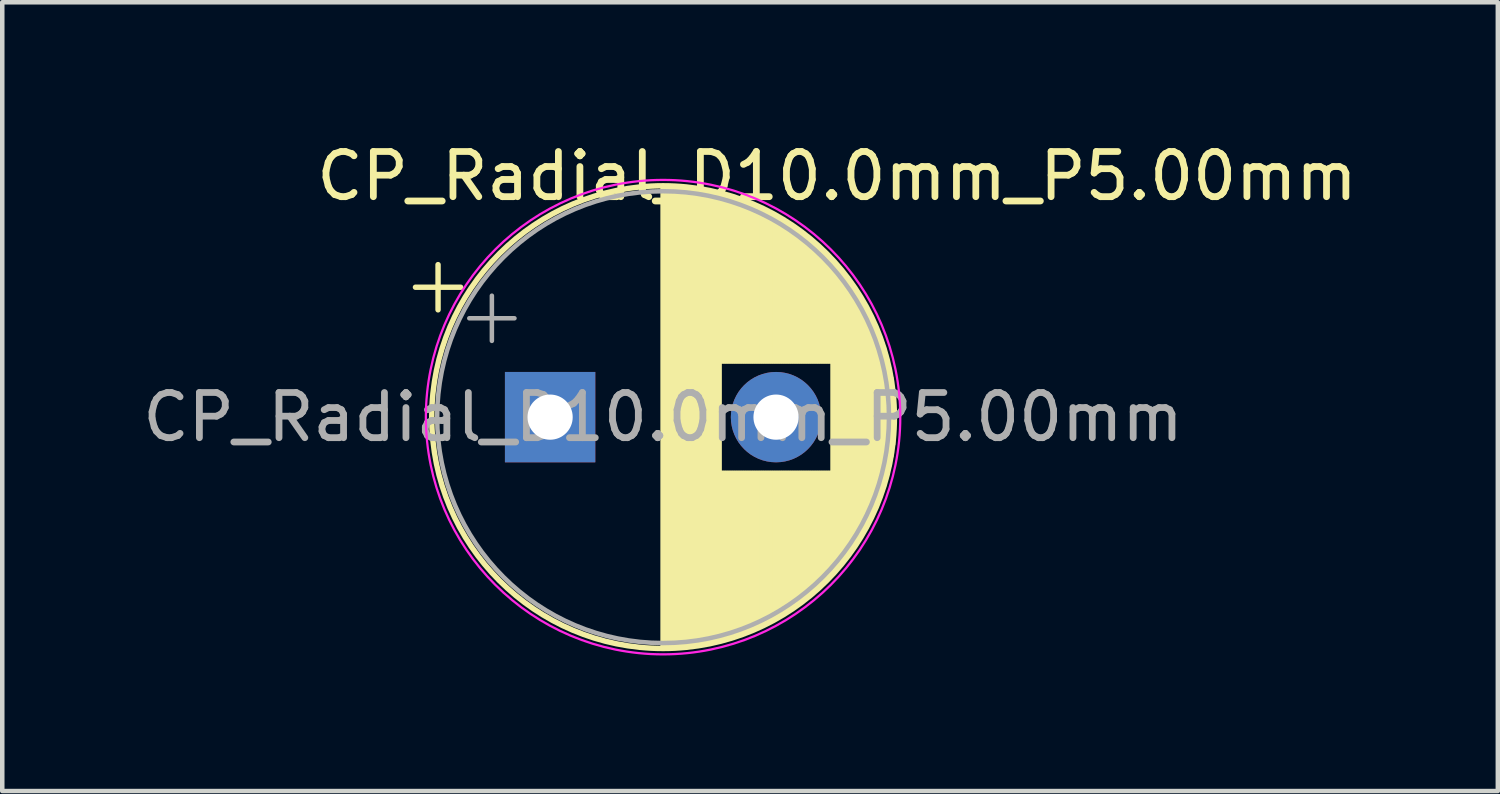
<source format=kicad_pcb>
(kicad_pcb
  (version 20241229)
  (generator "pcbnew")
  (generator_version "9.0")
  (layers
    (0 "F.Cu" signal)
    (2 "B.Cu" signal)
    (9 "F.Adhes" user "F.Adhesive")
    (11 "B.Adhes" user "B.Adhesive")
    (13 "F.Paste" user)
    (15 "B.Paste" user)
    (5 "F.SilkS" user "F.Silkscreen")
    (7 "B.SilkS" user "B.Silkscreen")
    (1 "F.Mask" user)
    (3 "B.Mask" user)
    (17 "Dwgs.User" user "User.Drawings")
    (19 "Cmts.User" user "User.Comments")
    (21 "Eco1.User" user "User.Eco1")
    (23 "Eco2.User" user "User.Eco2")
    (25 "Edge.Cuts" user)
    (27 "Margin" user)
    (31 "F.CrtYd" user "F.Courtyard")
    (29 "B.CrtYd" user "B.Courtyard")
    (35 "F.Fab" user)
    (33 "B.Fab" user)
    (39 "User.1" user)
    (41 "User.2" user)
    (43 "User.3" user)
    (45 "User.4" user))
  (footprint "CP_Radial_D10.0mm_P5.00mm"
    (layer "F.Cu")
    (at 9.125 6.182)
    (property "Reference" "CP_Radial_D10.0mm_P5.00mm" (at 6.35 -5.334 0) (layer "F.SilkS") (effects (font (size 1 1) (thickness 0.15))))
    (attr through_hole)
    (fp_line (start -2.98 -2.875) (end -1.98 -2.875) (stroke (width 0.12) (type solid)) (layer "F.SilkS"))
    (fp_line (start -2.48 -3.375) (end -2.48 -2.375) (stroke (width 0.12) (type solid)) (layer "F.SilkS"))
    (fp_line (start 2.5 -5.08) (end 2.5 5.08) (stroke (width 0.12) (type solid)) (layer "F.SilkS"))
    (fp_line (start 2.54 -5.08) (end 2.54 5.08) (stroke (width 0.12) (type solid)) (layer "F.SilkS"))
    (fp_line (start 2.58 -5.08) (end 2.58 5.08) (stroke (width 0.12) (type solid)) (layer "F.SilkS"))
    (fp_line (start 2.62 -5.079) (end 2.62 5.079) (stroke (width 0.12) (type solid)) (layer "F.SilkS"))
    (fp_line (start 2.66 -5.078) (end 2.66 5.078) (stroke (width 0.12) (type solid)) (layer "F.SilkS"))
    (fp_line (start 2.7 -5.077) (end 2.7 5.077) (stroke (width 0.12) (type solid)) (layer "F.SilkS"))
    (fp_line (start 2.74 -5.075) (end 2.74 5.075) (stroke (width 0.12) (type solid)) (layer "F.SilkS"))
    (fp_line (start 2.78 -5.073) (end 2.78 5.073) (stroke (width 0.12) (type solid)) (layer "F.SilkS"))
    (fp_line (start 2.82 -5.07) (end 2.82 5.07) (stroke (width 0.12) (type solid)) (layer "F.SilkS"))
    (fp_line (start 2.86 -5.068) (end 2.86 5.068) (stroke (width 0.12) (type solid)) (layer "F.SilkS"))
    (fp_line (start 2.9 -5.065) (end 2.9 5.065) (stroke (width 0.12) (type solid)) (layer "F.SilkS"))
    (fp_line (start 2.94 -5.062) (end 2.94 5.062) (stroke (width 0.12) (type solid)) (layer "F.SilkS"))
    (fp_line (start 2.98 -5.058) (end 2.98 5.058) (stroke (width 0.12) (type solid)) (layer "F.SilkS"))
    (fp_line (start 3.02 -5.054) (end 3.02 5.054) (stroke (width 0.12) (type solid)) (layer "F.SilkS"))
    (fp_line (start 3.06 -5.05) (end 3.06 5.05) (stroke (width 0.12) (type solid)) (layer "F.SilkS"))
    (fp_line (start 3.1 -5.045) (end 3.1 5.045) (stroke (width 0.12) (type solid)) (layer "F.SilkS"))
    (fp_line (start 3.14 -5.04) (end 3.14 5.04) (stroke (width 0.12) (type solid)) (layer "F.SilkS"))
    (fp_line (start 3.18 -5.035) (end 3.18 5.035) (stroke (width 0.12) (type solid)) (layer "F.SilkS"))
    (fp_line (start 3.221 -5.03) (end 3.221 5.03) (stroke (width 0.12) (type solid)) (layer "F.SilkS"))
    (fp_line (start 3.261 -5.024) (end 3.261 5.024) (stroke (width 0.12) (type solid)) (layer "F.SilkS"))
    (fp_line (start 3.301 -5.018) (end 3.301 5.018) (stroke (width 0.12) (type solid)) (layer "F.SilkS"))
    (fp_line (start 3.341 -5.011) (end 3.341 5.011) (stroke (width 0.12) (type solid)) (layer "F.SilkS"))
    (fp_line (start 3.381 -5.004) (end 3.381 5.004) (stroke (width 0.12) (type solid)) (layer "F.SilkS"))
    (fp_line (start 3.421 -4.997) (end 3.421 4.997) (stroke (width 0.12) (type solid)) (layer "F.SilkS"))
    (fp_line (start 3.461 -4.99) (end 3.461 4.99) (stroke (width 0.12) (type solid)) (layer "F.SilkS"))
    (fp_line (start 3.501 -4.982) (end 3.501 4.982) (stroke (width 0.12) (type solid)) (layer "F.SilkS"))
    (fp_line (start 3.541 -4.974) (end 3.541 4.974) (stroke (width 0.12) (type solid)) (layer "F.SilkS"))
    (fp_line (start 3.581 -4.965) (end 3.581 4.965) (stroke (width 0.12) (type solid)) (layer "F.SilkS"))
    (fp_line (start 3.621 -4.956) (end 3.621 4.956) (stroke (width 0.12) (type solid)) (layer "F.SilkS"))
    (fp_line (start 3.661 -4.947) (end 3.661 4.947) (stroke (width 0.12) (type solid)) (layer "F.SilkS"))
    (fp_line (start 3.701 -4.938) (end 3.701 4.938) (stroke (width 0.12) (type solid)) (layer "F.SilkS"))
    (fp_line (start 3.741 -4.928) (end 3.741 4.928) (stroke (width 0.12) (type solid)) (layer "F.SilkS"))
    (fp_line (start 3.781 -4.918) (end 3.781 -1.241) (stroke (width 0.12) (type solid)) (layer "F.SilkS"))
    (fp_line (start 3.781 1.241) (end 3.781 4.918) (stroke (width 0.12) (type solid)) (layer "F.SilkS"))
    (fp_line (start 3.821 -4.907) (end 3.821 -1.241) (stroke (width 0.12) (type solid)) (layer "F.SilkS"))
    (fp_line (start 3.821 1.241) (end 3.821 4.907) (stroke (width 0.12) (type solid)) (layer "F.SilkS"))
    (fp_line (start 3.861 -4.897) (end 3.861 -1.241) (stroke (width 0.12) (type solid)) (layer "F.SilkS"))
    (fp_line (start 3.861 1.241) (end 3.861 4.897) (stroke (width 0.12) (type solid)) (layer "F.SilkS"))
    (fp_line (start 3.901 -4.885) (end 3.901 -1.241) (stroke (width 0.12) (type solid)) (layer "F.SilkS"))
    (fp_line (start 3.901 1.241) (end 3.901 4.885) (stroke (width 0.12) (type solid)) (layer "F.SilkS"))
    (fp_line (start 3.941 -4.874) (end 3.941 -1.241) (stroke (width 0.12) (type solid)) (layer "F.SilkS"))
    (fp_line (start 3.941 1.241) (end 3.941 4.874) (stroke (width 0.12) (type solid)) (layer "F.SilkS"))
    (fp_line (start 3.981 -4.862) (end 3.981 -1.241) (stroke (width 0.12) (type solid)) (layer "F.SilkS"))
    (fp_line (start 3.981 1.241) (end 3.981 4.862) (stroke (width 0.12) (type solid)) (layer "F.SilkS"))
    (fp_line (start 4.021 -4.85) (end 4.021 -1.241) (stroke (width 0.12) (type solid)) (layer "F.SilkS"))
    (fp_line (start 4.021 1.241) (end 4.021 4.85) (stroke (width 0.12) (type solid)) (layer "F.SilkS"))
    (fp_line (start 4.061 -4.837) (end 4.061 -1.241) (stroke (width 0.12) (type solid)) (layer "F.SilkS"))
    (fp_line (start 4.061 1.241) (end 4.061 4.837) (stroke (width 0.12) (type solid)) (layer "F.SilkS"))
    (fp_line (start 4.101 -4.824) (end 4.101 -1.241) (stroke (width 0.12) (type solid)) (layer "F.SilkS"))
    (fp_line (start 4.101 1.241) (end 4.101 4.824) (stroke (width 0.12) (type solid)) (layer "F.SilkS"))
    (fp_line (start 4.141 -4.811) (end 4.141 -1.241) (stroke (width 0.12) (type solid)) (layer "F.SilkS"))
    (fp_line (start 4.141 1.241) (end 4.141 4.811) (stroke (width 0.12) (type solid)) (layer "F.SilkS"))
    (fp_line (start 4.181 -4.797) (end 4.181 -1.241) (stroke (width 0.12) (type solid)) (layer "F.SilkS"))
    (fp_line (start 4.181 1.241) (end 4.181 4.797) (stroke (width 0.12) (type solid)) (layer "F.SilkS"))
    (fp_line (start 4.221 -4.783) (end 4.221 -1.241) (stroke (width 0.12) (type solid)) (layer "F.SilkS"))
    (fp_line (start 4.221 1.241) (end 4.221 4.783) (stroke (width 0.12) (type solid)) (layer "F.SilkS"))
    (fp_line (start 4.261 -4.768) (end 4.261 -1.241) (stroke (width 0.12) (type solid)) (layer "F.SilkS"))
    (fp_line (start 4.261 1.241) (end 4.261 4.768) (stroke (width 0.12) (type solid)) (layer "F.SilkS"))
    (fp_line (start 4.301 -4.754) (end 4.301 -1.241) (stroke (width 0.12) (type solid)) (layer "F.SilkS"))
    (fp_line (start 4.301 1.241) (end 4.301 4.754) (stroke (width 0.12) (type solid)) (layer "F.SilkS"))
    (fp_line (start 4.341 -4.738) (end 4.341 -1.241) (stroke (width 0.12) (type solid)) (layer "F.SilkS"))
    (fp_line (start 4.341 1.241) (end 4.341 4.738) (stroke (width 0.12) (type solid)) (layer "F.SilkS"))
    (fp_line (start 4.381 -4.723) (end 4.381 -1.241) (stroke (width 0.12) (type solid)) (layer "F.SilkS"))
    (fp_line (start 4.381 1.241) (end 4.381 4.723) (stroke (width 0.12) (type solid)) (layer "F.SilkS"))
    (fp_line (start 4.421 -4.707) (end 4.421 -1.241) (stroke (width 0.12) (type solid)) (layer "F.SilkS"))
    (fp_line (start 4.421 1.241) (end 4.421 4.707) (stroke (width 0.12) (type solid)) (layer "F.SilkS"))
    (fp_line (start 4.461 -4.69) (end 4.461 -1.241) (stroke (width 0.12) (type solid)) (layer "F.SilkS"))
    (fp_line (start 4.461 1.241) (end 4.461 4.69) (stroke (width 0.12) (type solid)) (layer "F.SilkS"))
    (fp_line (start 4.501 -4.674) (end 4.501 -1.241) (stroke (width 0.12) (type solid)) (layer "F.SilkS"))
    (fp_line (start 4.501 1.241) (end 4.501 4.674) (stroke (width 0.12) (type solid)) (layer "F.SilkS"))
    (fp_line (start 4.541 -4.657) (end 4.541 -1.241) (stroke (width 0.12) (type solid)) (layer "F.SilkS"))
    (fp_line (start 4.541 1.241) (end 4.541 4.657) (stroke (width 0.12) (type solid)) (layer "F.SilkS"))
    (fp_line (start 4.581 -4.639) (end 4.581 -1.241) (stroke (width 0.12) (type solid)) (layer "F.SilkS"))
    (fp_line (start 4.581 1.241) (end 4.581 4.639) (stroke (width 0.12) (type solid)) (layer "F.SilkS"))
    (fp_line (start 4.621 -4.621) (end 4.621 -1.241) (stroke (width 0.12) (type solid)) (layer "F.SilkS"))
    (fp_line (start 4.621 1.241) (end 4.621 4.621) (stroke (width 0.12) (type solid)) (layer "F.SilkS"))
    (fp_line (start 4.661 -4.603) (end 4.661 -1.241) (stroke (width 0.12) (type solid)) (layer "F.SilkS"))
    (fp_line (start 4.661 1.241) (end 4.661 4.603) (stroke (width 0.12) (type solid)) (layer "F.SilkS"))
    (fp_line (start 4.701 -4.584) (end 4.701 -1.241) (stroke (width 0.12) (type solid)) (layer "F.SilkS"))
    (fp_line (start 4.701 1.241) (end 4.701 4.584) (stroke (width 0.12) (type solid)) (layer "F.SilkS"))
    (fp_line (start 4.741 -4.564) (end 4.741 -1.241) (stroke (width 0.12) (type solid)) (layer "F.SilkS"))
    (fp_line (start 4.741 1.241) (end 4.741 4.564) (stroke (width 0.12) (type solid)) (layer "F.SilkS"))
    (fp_line (start 4.781 -4.545) (end 4.781 -1.241) (stroke (width 0.12) (type solid)) (layer "F.SilkS"))
    (fp_line (start 4.781 1.241) (end 4.781 4.545) (stroke (width 0.12) (type solid)) (layer "F.SilkS"))
    (fp_line (start 4.821 -4.525) (end 4.821 -1.241) (stroke (width 0.12) (type solid)) (layer "F.SilkS"))
    (fp_line (start 4.821 1.241) (end 4.821 4.525) (stroke (width 0.12) (type solid)) (layer "F.SilkS"))
    (fp_line (start 4.861 -4.504) (end 4.861 -1.241) (stroke (width 0.12) (type solid)) (layer "F.SilkS"))
    (fp_line (start 4.861 1.241) (end 4.861 4.504) (stroke (width 0.12) (type solid)) (layer "F.SilkS"))
    (fp_line (start 4.901 -4.483) (end 4.901 -1.241) (stroke (width 0.12) (type solid)) (layer "F.SilkS"))
    (fp_line (start 4.901 1.241) (end 4.901 4.483) (stroke (width 0.12) (type solid)) (layer "F.SilkS"))
    (fp_line (start 4.941 -4.462) (end 4.941 -1.241) (stroke (width 0.12) (type solid)) (layer "F.SilkS"))
    (fp_line (start 4.941 1.241) (end 4.941 4.462) (stroke (width 0.12) (type solid)) (layer "F.SilkS"))
    (fp_line (start 4.981 -4.44) (end 4.981 -1.241) (stroke (width 0.12) (type solid)) (layer "F.SilkS"))
    (fp_line (start 4.981 1.241) (end 4.981 4.44) (stroke (width 0.12) (type solid)) (layer "F.SilkS"))
    (fp_line (start 5.021 -4.417) (end 5.021 -1.241) (stroke (width 0.12) (type solid)) (layer "F.SilkS"))
    (fp_line (start 5.021 1.241) (end 5.021 4.417) (stroke (width 0.12) (type solid)) (layer "F.SilkS"))
    (fp_line (start 5.061 -4.395) (end 5.061 -1.241) (stroke (width 0.12) (type solid)) (layer "F.SilkS"))
    (fp_line (start 5.061 1.241) (end 5.061 4.395) (stroke (width 0.12) (type solid)) (layer "F.SilkS"))
    (fp_line (start 5.101 -4.371) (end 5.101 -1.241) (stroke (width 0.12) (type solid)) (layer "F.SilkS"))
    (fp_line (start 5.101 1.241) (end 5.101 4.371) (stroke (width 0.12) (type solid)) (layer "F.SilkS"))
    (fp_line (start 5.141 -4.347) (end 5.141 -1.241) (stroke (width 0.12) (type solid)) (layer "F.SilkS"))
    (fp_line (start 5.141 1.241) (end 5.141 4.347) (stroke (width 0.12) (type solid)) (layer "F.SilkS"))
    (fp_line (start 5.181 -4.323) (end 5.181 -1.241) (stroke (width 0.12) (type solid)) (layer "F.SilkS"))
    (fp_line (start 5.181 1.241) (end 5.181 4.323) (stroke (width 0.12) (type solid)) (layer "F.SilkS"))
    (fp_line (start 5.221 -4.298) (end 5.221 -1.241) (stroke (width 0.12) (type solid)) (layer "F.SilkS"))
    (fp_line (start 5.221 1.241) (end 5.221 4.298) (stroke (width 0.12) (type solid)) (layer "F.SilkS"))
    (fp_line (start 5.261 -4.273) (end 5.261 -1.241) (stroke (width 0.12) (type solid)) (layer "F.SilkS"))
    (fp_line (start 5.261 1.241) (end 5.261 4.273) (stroke (width 0.12) (type solid)) (layer "F.SilkS"))
    (fp_line (start 5.301 -4.247) (end 5.301 -1.241) (stroke (width 0.12) (type solid)) (layer "F.SilkS"))
    (fp_line (start 5.301 1.241) (end 5.301 4.247) (stroke (width 0.12) (type solid)) (layer "F.SilkS"))
    (fp_line (start 5.341 -4.221) (end 5.341 -1.241) (stroke (width 0.12) (type solid)) (layer "F.SilkS"))
    (fp_line (start 5.341 1.241) (end 5.341 4.221) (stroke (width 0.12) (type solid)) (layer "F.SilkS"))
    (fp_line (start 5.381 -4.194) (end 5.381 -1.241) (stroke (width 0.12) (type solid)) (layer "F.SilkS"))
    (fp_line (start 5.381 1.241) (end 5.381 4.194) (stroke (width 0.12) (type solid)) (layer "F.SilkS"))
    (fp_line (start 5.421 -4.166) (end 5.421 -1.241) (stroke (width 0.12) (type solid)) (layer "F.SilkS"))
    (fp_line (start 5.421 1.241) (end 5.421 4.166) (stroke (width 0.12) (type solid)) (layer "F.SilkS"))
    (fp_line (start 5.461 -4.138) (end 5.461 -1.241) (stroke (width 0.12) (type solid)) (layer "F.SilkS"))
    (fp_line (start 5.461 1.241) (end 5.461 4.138) (stroke (width 0.12) (type solid)) (layer "F.SilkS"))
    (fp_line (start 5.501 -4.11) (end 5.501 -1.241) (stroke (width 0.12) (type solid)) (layer "F.SilkS"))
    (fp_line (start 5.501 1.241) (end 5.501 4.11) (stroke (width 0.12) (type solid)) (layer "F.SilkS"))
    (fp_line (start 5.541 -4.08) (end 5.541 -1.241) (stroke (width 0.12) (type solid)) (layer "F.SilkS"))
    (fp_line (start 5.541 1.241) (end 5.541 4.08) (stroke (width 0.12) (type solid)) (layer "F.SilkS"))
    (fp_line (start 5.581 -4.05) (end 5.581 -1.241) (stroke (width 0.12) (type solid)) (layer "F.SilkS"))
    (fp_line (start 5.581 1.241) (end 5.581 4.05) (stroke (width 0.12) (type solid)) (layer "F.SilkS"))
    (fp_line (start 5.621 -4.02) (end 5.621 -1.241) (stroke (width 0.12) (type solid)) (layer "F.SilkS"))
    (fp_line (start 5.621 1.241) (end 5.621 4.02) (stroke (width 0.12) (type solid)) (layer "F.SilkS"))
    (fp_line (start 5.661 -3.989) (end 5.661 -1.241) (stroke (width 0.12) (type solid)) (layer "F.SilkS"))
    (fp_line (start 5.661 1.241) (end 5.661 3.989) (stroke (width 0.12) (type solid)) (layer "F.SilkS"))
    (fp_line (start 5.701 -3.957) (end 5.701 -1.241) (stroke (width 0.12) (type solid)) (layer "F.SilkS"))
    (fp_line (start 5.701 1.241) (end 5.701 3.957) (stroke (width 0.12) (type solid)) (layer "F.SilkS"))
    (fp_line (start 5.741 -3.925) (end 5.741 -1.241) (stroke (width 0.12) (type solid)) (layer "F.SilkS"))
    (fp_line (start 5.741 1.241) (end 5.741 3.925) (stroke (width 0.12) (type solid)) (layer "F.SilkS"))
    (fp_line (start 5.781 -3.892) (end 5.781 -1.241) (stroke (width 0.12) (type solid)) (layer "F.SilkS"))
    (fp_line (start 5.781 1.241) (end 5.781 3.892) (stroke (width 0.12) (type solid)) (layer "F.SilkS"))
    (fp_line (start 5.821 -3.858) (end 5.821 -1.241) (stroke (width 0.12) (type solid)) (layer "F.SilkS"))
    (fp_line (start 5.821 1.241) (end 5.821 3.858) (stroke (width 0.12) (type solid)) (layer "F.SilkS"))
    (fp_line (start 5.861 -3.824) (end 5.861 -1.241) (stroke (width 0.12) (type solid)) (layer "F.SilkS"))
    (fp_line (start 5.861 1.241) (end 5.861 3.824) (stroke (width 0.12) (type solid)) (layer "F.SilkS"))
    (fp_line (start 5.901 -3.789) (end 5.901 -1.241) (stroke (width 0.12) (type solid)) (layer "F.SilkS"))
    (fp_line (start 5.901 1.241) (end 5.901 3.789) (stroke (width 0.12) (type solid)) (layer "F.SilkS"))
    (fp_line (start 5.941 -3.753) (end 5.941 -1.241) (stroke (width 0.12) (type solid)) (layer "F.SilkS"))
    (fp_line (start 5.941 1.241) (end 5.941 3.753) (stroke (width 0.12) (type solid)) (layer "F.SilkS"))
    (fp_line (start 5.981 -3.716) (end 5.981 -1.241) (stroke (width 0.12) (type solid)) (layer "F.SilkS"))
    (fp_line (start 5.981 1.241) (end 5.981 3.716) (stroke (width 0.12) (type solid)) (layer "F.SilkS"))
    (fp_line (start 6.021 -3.679) (end 6.021 -1.241) (stroke (width 0.12) (type solid)) (layer "F.SilkS"))
    (fp_line (start 6.021 1.241) (end 6.021 3.679) (stroke (width 0.12) (type solid)) (layer "F.SilkS"))
    (fp_line (start 6.061 -3.64) (end 6.061 -1.241) (stroke (width 0.12) (type solid)) (layer "F.SilkS"))
    (fp_line (start 6.061 1.241) (end 6.061 3.64) (stroke (width 0.12) (type solid)) (layer "F.SilkS"))
    (fp_line (start 6.101 -3.601) (end 6.101 -1.241) (stroke (width 0.12) (type solid)) (layer "F.SilkS"))
    (fp_line (start 6.101 1.241) (end 6.101 3.601) (stroke (width 0.12) (type solid)) (layer "F.SilkS"))
    (fp_line (start 6.141 -3.561) (end 6.141 -1.241) (stroke (width 0.12) (type solid)) (layer "F.SilkS"))
    (fp_line (start 6.141 1.241) (end 6.141 3.561) (stroke (width 0.12) (type solid)) (layer "F.SilkS"))
    (fp_line (start 6.181 -3.52) (end 6.181 -1.241) (stroke (width 0.12) (type solid)) (layer "F.SilkS"))
    (fp_line (start 6.181 1.241) (end 6.181 3.52) (stroke (width 0.12) (type solid)) (layer "F.SilkS"))
    (fp_line (start 6.221 -3.478) (end 6.221 -1.241) (stroke (width 0.12) (type solid)) (layer "F.SilkS"))
    (fp_line (start 6.221 1.241) (end 6.221 3.478) (stroke (width 0.12) (type solid)) (layer "F.SilkS"))
    (fp_line (start 6.261 -3.436) (end 6.261 3.436) (stroke (width 0.12) (type solid)) (layer "F.SilkS"))
    (fp_line (start 6.301 -3.392) (end 6.301 3.392) (stroke (width 0.12) (type solid)) (layer "F.SilkS"))
    (fp_line (start 6.341 -3.347) (end 6.341 3.347) (stroke (width 0.12) (type solid)) (layer "F.SilkS"))
    (fp_line (start 6.381 -3.301) (end 6.381 3.301) (stroke (width 0.12) (type solid)) (layer "F.SilkS"))
    (fp_line (start 6.421 -3.254) (end 6.421 3.254) (stroke (width 0.12) (type solid)) (layer "F.SilkS"))
    (fp_line (start 6.461 -3.206) (end 6.461 3.206) (stroke (width 0.12) (type solid)) (layer "F.SilkS"))
    (fp_line (start 6.501 -3.156) (end 6.501 3.156) (stroke (width 0.12) (type solid)) (layer "F.SilkS"))
    (fp_line (start 6.541 -3.106) (end 6.541 3.106) (stroke (width 0.12) (type solid)) (layer "F.SilkS"))
    (fp_line (start 6.581 -3.054) (end 6.581 3.054) (stroke (width 0.12) (type solid)) (layer "F.SilkS"))
    (fp_line (start 6.621 -3) (end 6.621 3) (stroke (width 0.12) (type solid)) (layer "F.SilkS"))
    (fp_line (start 6.661 -2.945) (end 6.661 2.945) (stroke (width 0.12) (type solid)) (layer "F.SilkS"))
    (fp_line (start 6.701 -2.889) (end 6.701 2.889) (stroke (width 0.12) (type solid)) (layer "F.SilkS"))
    (fp_line (start 6.741 -2.83) (end 6.741 2.83) (stroke (width 0.12) (type solid)) (layer "F.SilkS"))
    (fp_line (start 6.781 -2.77) (end 6.781 2.77) (stroke (width 0.12) (type solid)) (layer "F.SilkS"))
    (fp_line (start 6.821 -2.709) (end 6.821 2.709) (stroke (width 0.12) (type solid)) (layer "F.SilkS"))
    (fp_line (start 6.861 -2.645) (end 6.861 2.645) (stroke (width 0.12) (type solid)) (layer "F.SilkS"))
    (fp_line (start 6.901 -2.579) (end 6.901 2.579) (stroke (width 0.12) (type solid)) (layer "F.SilkS"))
    (fp_line (start 6.941 -2.51) (end 6.941 2.51) (stroke (width 0.12) (type solid)) (layer "F.SilkS"))
    (fp_line (start 6.981 -2.439) (end 6.981 2.439) (stroke (width 0.12) (type solid)) (layer "F.SilkS"))
    (fp_line (start 7.021 -2.365) (end 7.021 2.365) (stroke (width 0.12) (type solid)) (layer "F.SilkS"))
    (fp_line (start 7.061 -2.289) (end 7.061 2.289) (stroke (width 0.12) (type solid)) (layer "F.SilkS"))
    (fp_line (start 7.101 -2.209) (end 7.101 2.209) (stroke (width 0.12) (type solid)) (layer "F.SilkS"))
    (fp_line (start 7.141 -2.125) (end 7.141 2.125) (stroke (width 0.12) (type solid)) (layer "F.SilkS"))
    (fp_line (start 7.181 -2.037) (end 7.181 2.037) (stroke (width 0.12) (type solid)) (layer "F.SilkS"))
    (fp_line (start 7.221 -1.944) (end 7.221 1.944) (stroke (width 0.12) (type solid)) (layer "F.SilkS"))
    (fp_line (start 7.261 -1.846) (end 7.261 1.846) (stroke (width 0.12) (type solid)) (layer "F.SilkS"))
    (fp_line (start 7.301 -1.742) (end 7.301 1.742) (stroke (width 0.12) (type solid)) (layer "F.SilkS"))
    (fp_line (start 7.341 -1.63) (end 7.341 1.63) (stroke (width 0.12) (type solid)) (layer "F.SilkS"))
    (fp_line (start 7.381 -1.51) (end 7.381 1.51) (stroke (width 0.12) (type solid)) (layer "F.SilkS"))
    (fp_line (start 7.421 -1.378) (end 7.421 1.378) (stroke (width 0.12) (type solid)) (layer "F.SilkS"))
    (fp_line (start 7.461 -1.23) (end 7.461 1.23) (stroke (width 0.12) (type solid)) (layer "F.SilkS"))
    (fp_line (start 7.501 -1.062) (end 7.501 1.062) (stroke (width 0.12) (type solid)) (layer "F.SilkS"))
    (fp_line (start 7.541 -0.862) (end 7.541 0.862) (stroke (width 0.12) (type solid)) (layer "F.SilkS"))
    (fp_line (start 7.581 -0.599) (end 7.581 0.599) (stroke (width 0.12) (type solid)) (layer "F.SilkS"))
    (fp_circle (center 2.5 0) (end 7.62 0) (stroke (width 0.12) (type solid)) (fill no) (layer "F.SilkS"))
    (fp_circle (center 2.5 0) (end 7.75 0) (stroke (width 0.05) (type solid)) (fill no) (layer "F.CrtYd"))
    (fp_line (start -1.789 -2.188) (end -0.789 -2.188) (stroke (width 0.1) (type solid)) (layer "F.Fab"))
    (fp_line (start -1.289 -2.688) (end -1.289 -1.688) (stroke (width 0.1) (type solid)) (layer "F.Fab"))
    (fp_circle (center 2.5 0) (end 7.5 0) (stroke (width 0.1) (type solid)) (fill no) (layer "F.Fab"))
    (fp_text user "${REFERENCE}" (at 2.5 0 0) (layer "F.Fab") (effects (font (size 1 1) (thickness 0.15))))
    (pad "1" thru_hole rect (at 0 0) (size 2 2) (drill 1) (layers "*.Cu" "*.Mask"))
    (pad "2" thru_hole circle (at 5 0) (size 2 2) (drill 1) (layers "*.Cu" "*.Mask")))
  (gr_rect
    (start -3 -3)
    (end 30.1 14.457)
    (stroke (width 0.1) (type default))
    (fill no)
    (layer "Edge.Cuts")))
</source>
